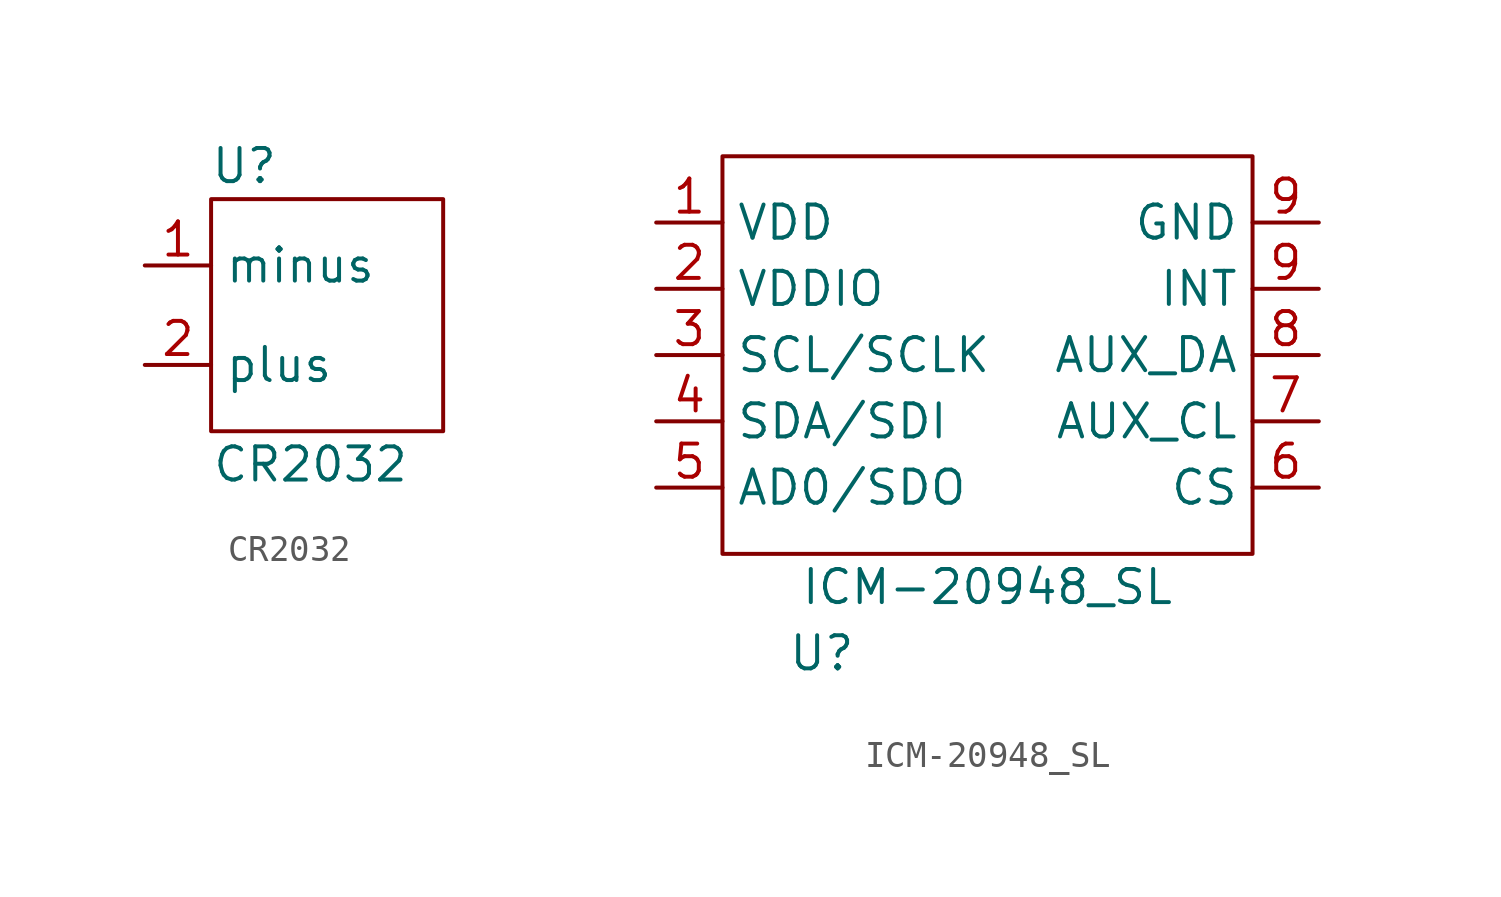
<source format=kicad_sym>
(kicad_symbol_lib
  (version 20211014)
  (generator kicad_symbol_editor)
  (symbol "CR2032"
    (property "Reference" "U"
      (at 3.81 10.16 0)
      (effects (font (size 1.27 1.27))))
    (property "Value" "CR2032"
      (at 6.35 -1.27 0)
      (effects (font (size 1.27 1.27))))
    (symbol "CR2032_0_1"
      (rectangle (start 2.54 8.89) (end 11.43 0) (stroke (width 0) (type default) (color 0 0 0 0)) (fill (type none))))
    (symbol "CR2032_1_1"
      (pin output line (at 0 6.35 0) (length 2.54) (name "minus" (effects (font (size 1.27 1.27)))) (number "1" (effects (font (size 1.27 1.27)))))
      (pin output line (at 0 2.54 0) (length 2.54) (name "plus" (effects (font (size 1.27 1.27)))) (number "2" (effects (font (size 1.27 1.27)))))))
  (symbol "ICM-20948_SL"
    (property "Reference" "U"
      (at 6.35 -5.08 0)
      (effects (font (size 1.27 1.27))))
    (property "Value" "ICM-20948_SL"
      (at 12.7 -2.54 0)
      (effects (font (size 1.27 1.27))))
    (symbol "ICM-20948_SL_0_1"
      (rectangle (start 2.54 -1.27) (end 22.86 13.97) (stroke (width 0) (type default) (color 0 0 0 0)) (fill (type none))))
    (symbol "ICM-20948_SL_1_1"
      (pin power_in line (at 0 11.43 0) (length 2.54) (name "VDD" (effects (font (size 1.27 1.27)))) (number "1" (effects (font (size 1.27 1.27)))))
      (pin power_in line (at 0 8.89 0) (length 2.54) (name "VDDIO" (effects (font (size 1.27 1.27)))) (number "2" (effects (font (size 1.27 1.27)))))
      (pin bidirectional line (at 0 6.35 0) (length 2.54) (name "SCL/SCLK" (effects (font (size 1.27 1.27)))) (number "3" (effects (font (size 1.27 1.27)))))
      (pin bidirectional line (at 0 3.81 0) (length 2.54) (name "SDA/SDI" (effects (font (size 1.27 1.27)))) (number "4" (effects (font (size 1.27 1.27)))))
      (pin bidirectional line (at 0 1.27 0) (length 2.54) (name "AD0/SDO" (effects (font (size 1.27 1.27)))) (number "5" (effects (font (size 1.27 1.27)))))
      (pin input line (at 25.4 1.27 180) (length 2.54) (name "CS" (effects (font (size 1.27 1.27)))) (number "6" (effects (font (size 1.27 1.27)))))
      (pin output line (at 25.4 3.81 180) (length 2.54) (name "AUX_CL" (effects (font (size 1.27 1.27)))) (number "7" (effects (font (size 1.27 1.27)))))
      (pin output line (at 25.4 6.35 180) (length 2.54) (name "AUX_DA" (effects (font (size 1.27 1.27)))) (number "8" (effects (font (size 1.27 1.27)))))
      (pin power_in line (at 25.4 11.43 180) (length 2.54) (name "GND" (effects (font (size 1.27 1.27)))) (number "9" (effects (font (size 1.27 1.27)))))
      (pin output line (at 25.4 8.89 180) (length 2.54) (name "INT" (effects (font (size 1.27 1.27)))) (number "9" (effects (font (size 1.27 1.27))))))))
</source>
